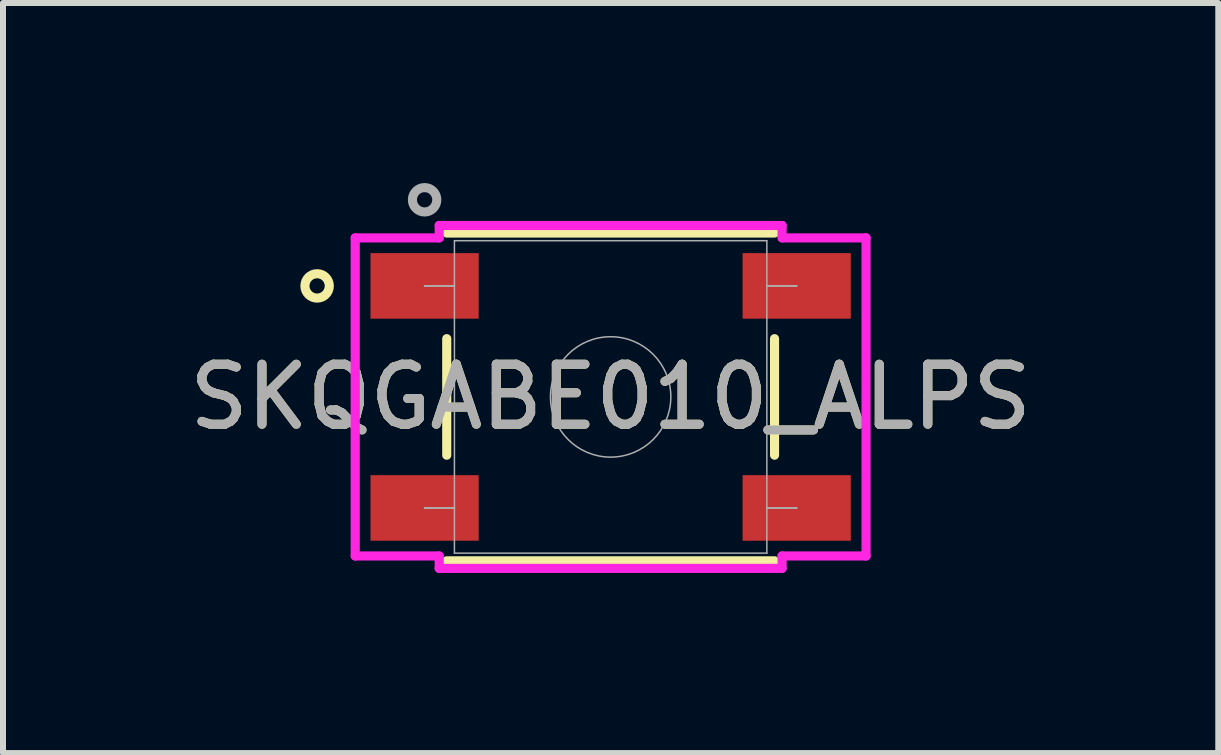
<source format=kicad_pcb>
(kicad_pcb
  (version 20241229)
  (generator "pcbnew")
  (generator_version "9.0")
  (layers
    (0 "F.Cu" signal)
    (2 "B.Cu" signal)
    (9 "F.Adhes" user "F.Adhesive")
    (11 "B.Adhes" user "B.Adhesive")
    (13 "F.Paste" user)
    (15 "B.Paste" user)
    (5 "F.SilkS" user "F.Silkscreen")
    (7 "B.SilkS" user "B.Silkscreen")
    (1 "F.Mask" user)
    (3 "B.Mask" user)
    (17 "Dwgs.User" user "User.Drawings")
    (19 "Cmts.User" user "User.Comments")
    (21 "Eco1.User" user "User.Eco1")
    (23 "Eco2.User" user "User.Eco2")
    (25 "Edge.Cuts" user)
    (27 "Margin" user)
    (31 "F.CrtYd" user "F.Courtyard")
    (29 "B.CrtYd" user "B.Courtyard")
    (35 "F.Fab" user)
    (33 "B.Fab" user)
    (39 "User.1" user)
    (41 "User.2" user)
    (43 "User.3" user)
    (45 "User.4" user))
  (footprint "SKQGABE010_ALPS"
    (layer "F.Cu")
    (at 7.125 3.564)
    (property "Reference" "SKQGABE010_ALPS" (at 0 0 0) (unlocked yes) (layer "F.SilkS") (effects (font (size 1 1) (thickness 0.15))))
    (attr smd)
    (fp_line (start -2.731 -0.971) (end -2.731 0.971) (stroke (width 0.152) (type solid)) (layer "F.SilkS"))
    (fp_line (start -2.731 2.731) (end 2.731 2.731) (stroke (width 0.152) (type solid)) (layer "F.SilkS"))
    (fp_line (start 2.731 -2.731) (end -2.731 -2.731) (stroke (width 0.152) (type solid)) (layer "F.SilkS"))
    (fp_line (start 2.731 0.971) (end 2.731 -0.971) (stroke (width 0.152) (type solid)) (layer "F.SilkS"))
    (fp_circle (center -4.891 -1.85) (end -4.688 -1.85) (stroke (width 0.152) (type solid)) (fill no) (layer "F.SilkS"))
    (fp_line (start -4.256 -2.65) (end -2.857 -2.65) (stroke (width 0.152) (type solid)) (layer "F.CrtYd"))
    (fp_line (start -4.256 2.65) (end -4.256 -2.65) (stroke (width 0.152) (type solid)) (layer "F.CrtYd"))
    (fp_line (start -4.256 2.65) (end -2.857 2.65) (stroke (width 0.152) (type solid)) (layer "F.CrtYd"))
    (fp_line (start -2.857 -2.857) (end 2.857 -2.857) (stroke (width 0.152) (type solid)) (layer "F.CrtYd"))
    (fp_line (start -2.857 -2.65) (end -2.857 -2.857) (stroke (width 0.152) (type solid)) (layer "F.CrtYd"))
    (fp_line (start -2.857 2.857) (end -2.857 2.65) (stroke (width 0.152) (type solid)) (layer "F.CrtYd"))
    (fp_line (start 2.857 -2.857) (end 2.857 -2.65) (stroke (width 0.152) (type solid)) (layer "F.CrtYd"))
    (fp_line (start 2.857 2.65) (end 2.857 2.857) (stroke (width 0.152) (type solid)) (layer "F.CrtYd"))
    (fp_line (start 2.857 2.857) (end -2.857 2.857) (stroke (width 0.152) (type solid)) (layer "F.CrtYd"))
    (fp_line (start 4.256 -2.65) (end 2.857 -2.65) (stroke (width 0.152) (type solid)) (layer "F.CrtYd"))
    (fp_line (start 4.256 -2.65) (end 4.256 2.65) (stroke (width 0.152) (type solid)) (layer "F.CrtYd"))
    (fp_line (start 4.256 2.65) (end 2.857 2.65) (stroke (width 0.152) (type solid)) (layer "F.CrtYd"))
    (fp_line (start -3.1 -1.85) (end -3.1 -1.85) (stroke (width 0.025) (type solid)) (layer "F.Fab"))
    (fp_line (start -3.1 -1.85) (end -2.603 -1.85) (stroke (width 0.025) (type solid)) (layer "F.Fab"))
    (fp_line (start -3.1 1.85) (end -3.1 1.85) (stroke (width 0.025) (type solid)) (layer "F.Fab"))
    (fp_line (start -3.1 1.85) (end -2.603 1.85) (stroke (width 0.025) (type solid)) (layer "F.Fab"))
    (fp_line (start -2.603 -2.603) (end -2.603 2.603) (stroke (width 0.025) (type solid)) (layer "F.Fab"))
    (fp_line (start -2.603 -1.85) (end -3.1 -1.85) (stroke (width 0.025) (type solid)) (layer "F.Fab"))
    (fp_line (start -2.603 -1.85) (end -2.603 -1.85) (stroke (width 0.025) (type solid)) (layer "F.Fab"))
    (fp_line (start -2.603 1.85) (end -3.1 1.85) (stroke (width 0.025) (type solid)) (layer "F.Fab"))
    (fp_line (start -2.603 1.85) (end -2.603 1.85) (stroke (width 0.025) (type solid)) (layer "F.Fab"))
    (fp_line (start -2.603 2.603) (end 2.603 2.603) (stroke (width 0.025) (type solid)) (layer "F.Fab"))
    (fp_line (start 2.603 -2.603) (end -2.603 -2.603) (stroke (width 0.025) (type solid)) (layer "F.Fab"))
    (fp_line (start 2.603 -1.85) (end 2.603 -1.85) (stroke (width 0.025) (type solid)) (layer "F.Fab"))
    (fp_line (start 2.603 -1.85) (end 3.1 -1.85) (stroke (width 0.025) (type solid)) (layer "F.Fab"))
    (fp_line (start 2.603 1.85) (end 2.603 1.85) (stroke (width 0.025) (type solid)) (layer "F.Fab"))
    (fp_line (start 2.603 1.85) (end 3.1 1.85) (stroke (width 0.025) (type solid)) (layer "F.Fab"))
    (fp_line (start 2.603 2.603) (end 2.603 -2.603) (stroke (width 0.025) (type solid)) (layer "F.Fab"))
    (fp_line (start 3.1 -1.85) (end 2.603 -1.85) (stroke (width 0.025) (type solid)) (layer "F.Fab"))
    (fp_line (start 3.1 -1.85) (end 3.1 -1.85) (stroke (width 0.025) (type solid)) (layer "F.Fab"))
    (fp_line (start 3.1 1.85) (end 2.603 1.85) (stroke (width 0.025) (type solid)) (layer "F.Fab"))
    (fp_line (start 3.1 1.85) (end 3.1 1.85) (stroke (width 0.025) (type solid)) (layer "F.Fab"))
    (fp_circle (center -3.1 -3.285) (end -2.897 -3.285) (stroke (width 0.152) (type solid)) (fill no) (layer "F.Fab"))
    (fp_circle (center 0 0) (end 1.003 0) (stroke (width 0.025) (type solid)) (fill no) (layer "F.Fab"))
    (fp_text user "${REFERENCE}" (at 0 0 0) (unlocked yes) (layer "F.Fab") (effects (font (size 1 1) (thickness 0.15))))
    (pad "1" smd rect (at -3.1 -1.85) (size 1.803 1.092) (layers "F.Cu" "F.Mask" "F.Paste"))
    (pad "2" smd rect (at 3.1 -1.85) (size 1.803 1.092) (layers "F.Cu" "F.Mask" "F.Paste"))
    (pad "3" smd rect (at -3.1 1.85) (size 1.803 1.092) (layers "F.Cu" "F.Mask" "F.Paste"))
    (pad "4" smd rect (at 3.1 1.85) (size 1.803 1.092) (layers "F.Cu" "F.Mask" "F.Paste")))
  (gr_rect
    (start -3 -3)
    (end 17.25 9.498)
    (stroke (width 0.1) (type default))
    (fill no)
    (layer "Edge.Cuts")))
</source>
